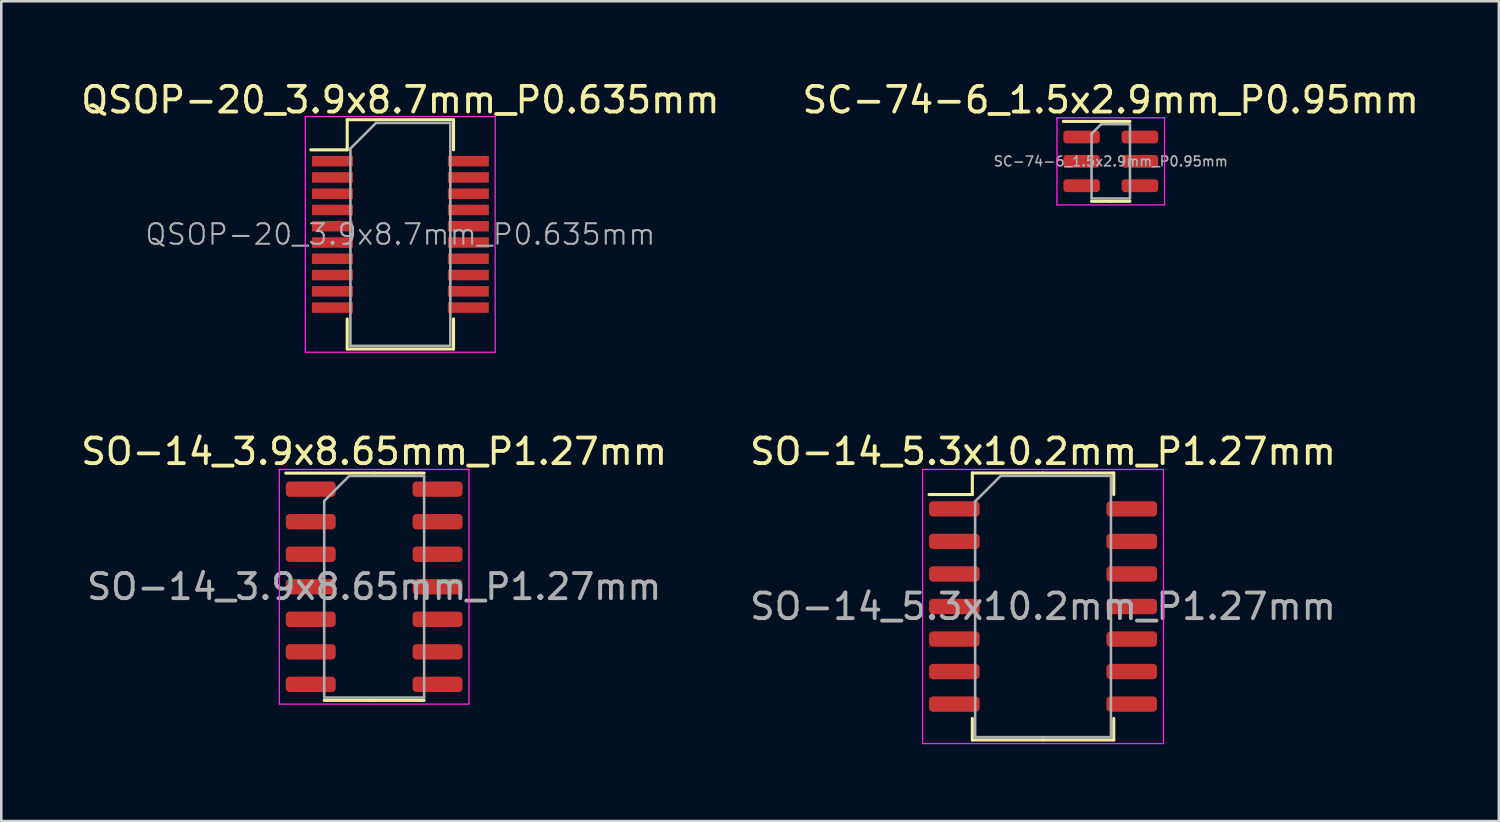
<source format=kicad_pcb>
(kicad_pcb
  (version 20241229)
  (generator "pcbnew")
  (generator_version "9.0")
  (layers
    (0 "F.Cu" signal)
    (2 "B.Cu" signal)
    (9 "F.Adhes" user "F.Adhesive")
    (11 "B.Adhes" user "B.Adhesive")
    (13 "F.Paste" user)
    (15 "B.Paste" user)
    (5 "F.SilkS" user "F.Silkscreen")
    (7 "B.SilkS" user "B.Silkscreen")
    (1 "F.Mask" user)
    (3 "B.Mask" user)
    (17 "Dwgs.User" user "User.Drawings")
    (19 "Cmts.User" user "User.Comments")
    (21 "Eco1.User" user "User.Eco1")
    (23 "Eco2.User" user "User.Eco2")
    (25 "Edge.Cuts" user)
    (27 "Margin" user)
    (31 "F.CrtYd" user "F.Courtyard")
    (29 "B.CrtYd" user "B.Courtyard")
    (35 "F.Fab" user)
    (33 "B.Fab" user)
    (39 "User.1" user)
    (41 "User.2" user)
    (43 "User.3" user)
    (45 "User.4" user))
  (footprint "QSOP-20_3.9x8.7mm_P0.635mm"
    (layer "F.Cu")
    (at 12.577 6.098)
    (property "Reference" "QSOP-20_3.9x8.7mm_P0.635mm" (at 0 -5.25 0) (layer "F.SilkS") (effects (font (size 1 1) (thickness 0.15))))
    (attr smd)
    (fp_line (start -3.5 -3.3) (end -2.075 -3.3) (stroke (width 0.12) (type solid)) (layer "F.SilkS"))
    (fp_line (start -2.075 -4.475) (end 2.075 -4.475) (stroke (width 0.12) (type solid)) (layer "F.SilkS"))
    (fp_line (start -2.075 -3.3) (end -2.075 -4.475) (stroke (width 0.12) (type solid)) (layer "F.SilkS"))
    (fp_line (start -2.075 3.3) (end -2.075 4.475) (stroke (width 0.12) (type solid)) (layer "F.SilkS"))
    (fp_line (start -2.075 4.475) (end 2.075 4.475) (stroke (width 0.12) (type solid)) (layer "F.SilkS"))
    (fp_line (start 2.075 -3.3) (end 2.075 -4.475) (stroke (width 0.12) (type solid)) (layer "F.SilkS"))
    (fp_line (start 2.075 3.3) (end 2.075 4.475) (stroke (width 0.12) (type solid)) (layer "F.SilkS"))
    (fp_line (start -3.71 -4.6) (end -3.71 4.6) (stroke (width 0.05) (type solid)) (layer "F.CrtYd"))
    (fp_line (start -3.71 -4.6) (end 3.7 -4.6) (stroke (width 0.05) (type solid)) (layer "F.CrtYd"))
    (fp_line (start -3.71 4.6) (end 3.7 4.6) (stroke (width 0.05) (type solid)) (layer "F.CrtYd"))
    (fp_line (start 3.7 -4.6) (end 3.7 4.6) (stroke (width 0.05) (type solid)) (layer "F.CrtYd"))
    (fp_line (start -1.95 -3.35) (end -0.95 -4.35) (stroke (width 0.1) (type solid)) (layer "F.Fab"))
    (fp_line (start -1.95 4.35) (end -1.95 -3.35) (stroke (width 0.1) (type solid)) (layer "F.Fab"))
    (fp_line (start -0.95 -4.35) (end 1.95 -4.35) (stroke (width 0.1) (type solid)) (layer "F.Fab"))
    (fp_line (start 1.95 -4.35) (end 1.95 4.35) (stroke (width 0.1) (type solid)) (layer "F.Fab"))
    (fp_line (start 1.95 4.35) (end -1.95 4.35) (stroke (width 0.1) (type solid)) (layer "F.Fab"))
    (fp_text user "${REFERENCE}" (at 0 0 0) (layer "F.Fab") (effects (font (size 0.8 0.8) (thickness 0.08))))
    (pad "1" smd rect (at -2.654 -2.857) (size 1.6 0.41) (layers "F.Cu" "F.Mask" "F.Paste"))
    (pad "2" smd rect (at -2.654 -2.223) (size 1.6 0.41) (layers "F.Cu" "F.Mask" "F.Paste"))
    (pad "3" smd rect (at -2.654 -1.587) (size 1.6 0.41) (layers "F.Cu" "F.Mask" "F.Paste"))
    (pad "4" smd rect (at -2.654 -0.953) (size 1.6 0.41) (layers "F.Cu" "F.Mask" "F.Paste"))
    (pad "5" smd rect (at -2.654 -0.318) (size 1.6 0.41) (layers "F.Cu" "F.Mask" "F.Paste"))
    (pad "6" smd rect (at -2.654 0.318) (size 1.6 0.41) (layers "F.Cu" "F.Mask" "F.Paste"))
    (pad "7" smd rect (at -2.654 0.953) (size 1.6 0.41) (layers "F.Cu" "F.Mask" "F.Paste"))
    (pad "8" smd rect (at -2.654 1.587) (size 1.6 0.41) (layers "F.Cu" "F.Mask" "F.Paste"))
    (pad "9" smd rect (at -2.654 2.223) (size 1.6 0.41) (layers "F.Cu" "F.Mask" "F.Paste"))
    (pad "10" smd rect (at -2.654 2.857) (size 1.6 0.41) (layers "F.Cu" "F.Mask" "F.Paste"))
    (pad "11" smd rect (at 2.654 2.857) (size 1.6 0.41) (layers "F.Cu" "F.Mask" "F.Paste"))
    (pad "12" smd rect (at 2.654 2.223) (size 1.6 0.41) (layers "F.Cu" "F.Mask" "F.Paste"))
    (pad "13" smd rect (at 2.654 1.587) (size 1.6 0.41) (layers "F.Cu" "F.Mask" "F.Paste"))
    (pad "14" smd rect (at 2.654 0.953) (size 1.6 0.41) (layers "F.Cu" "F.Mask" "F.Paste"))
    (pad "15" smd rect (at 2.654 0.318) (size 1.6 0.41) (layers "F.Cu" "F.Mask" "F.Paste"))
    (pad "16" smd rect (at 2.654 -0.318) (size 1.6 0.41) (layers "F.Cu" "F.Mask" "F.Paste"))
    (pad "17" smd rect (at 2.654 -0.953) (size 1.6 0.41) (layers "F.Cu" "F.Mask" "F.Paste"))
    (pad "18" smd rect (at 2.654 -1.587) (size 1.6 0.41) (layers "F.Cu" "F.Mask" "F.Paste"))
    (pad "19" smd rect (at 2.654 -2.223) (size 1.6 0.41) (layers "F.Cu" "F.Mask" "F.Paste"))
    (pad "20" smd rect (at 2.654 -2.857) (size 1.6 0.41) (layers "F.Cu" "F.Mask" "F.Paste")))
  (footprint "SO-14_5.3x10.2mm_P1.27mm"
    (layer "F.Cu")
    (at 37.661 20.622)
    (property "Reference" "SO-14_5.3x10.2mm_P1.27mm" (at 0 -6.05 0) (layer "F.SilkS") (effects (font (size 1 1) (thickness 0.15))))
    (attr smd)
    (fp_line (start -2.76 -5.21) (end -2.76 -4.37) (stroke (width 0.12) (type solid)) (layer "F.SilkS"))
    (fp_line (start -2.76 -4.37) (end -4.45 -4.37) (stroke (width 0.12) (type solid)) (layer "F.SilkS"))
    (fp_line (start -2.76 5.21) (end -2.76 4.37) (stroke (width 0.12) (type solid)) (layer "F.SilkS"))
    (fp_line (start 0 -5.21) (end -2.76 -5.21) (stroke (width 0.12) (type solid)) (layer "F.SilkS"))
    (fp_line (start 0 -5.21) (end 2.76 -5.21) (stroke (width 0.12) (type solid)) (layer "F.SilkS"))
    (fp_line (start 0 5.21) (end -2.76 5.21) (stroke (width 0.12) (type solid)) (layer "F.SilkS"))
    (fp_line (start 0 5.21) (end 2.76 5.21) (stroke (width 0.12) (type solid)) (layer "F.SilkS"))
    (fp_line (start 2.76 -5.21) (end 2.76 -4.37) (stroke (width 0.12) (type solid)) (layer "F.SilkS"))
    (fp_line (start 2.76 5.21) (end 2.76 4.37) (stroke (width 0.12) (type solid)) (layer "F.SilkS"))
    (fp_line (start -4.7 -5.35) (end -4.7 5.35) (stroke (width 0.05) (type solid)) (layer "F.CrtYd"))
    (fp_line (start -4.7 5.35) (end 4.7 5.35) (stroke (width 0.05) (type solid)) (layer "F.CrtYd"))
    (fp_line (start 4.7 -5.35) (end -4.7 -5.35) (stroke (width 0.05) (type solid)) (layer "F.CrtYd"))
    (fp_line (start 4.7 5.35) (end 4.7 -5.35) (stroke (width 0.05) (type solid)) (layer "F.CrtYd"))
    (fp_line (start -2.65 -4.1) (end -1.65 -5.1) (stroke (width 0.1) (type solid)) (layer "F.Fab"))
    (fp_line (start -2.65 5.1) (end -2.65 -4.1) (stroke (width 0.1) (type solid)) (layer "F.Fab"))
    (fp_line (start -1.65 -5.1) (end 2.65 -5.1) (stroke (width 0.1) (type solid)) (layer "F.Fab"))
    (fp_line (start 2.65 -5.1) (end 2.65 5.1) (stroke (width 0.1) (type solid)) (layer "F.Fab"))
    (fp_line (start 2.65 5.1) (end -2.65 5.1) (stroke (width 0.1) (type solid)) (layer "F.Fab"))
    (fp_text user "${REFERENCE}" (at 0 0 0) (layer "F.Fab") (effects (font (size 1 1) (thickness 0.15))))
    (pad "1" smd roundrect (at -3.462 -3.81) (size 1.975 0.6) (layers "F.Cu" "F.Mask" "F.Paste") (roundrect_rratio 0.25))
    (pad "2" smd roundrect (at -3.462 -2.54) (size 1.975 0.6) (layers "F.Cu" "F.Mask" "F.Paste") (roundrect_rratio 0.25))
    (pad "3" smd roundrect (at -3.462 -1.27) (size 1.975 0.6) (layers "F.Cu" "F.Mask" "F.Paste") (roundrect_rratio 0.25))
    (pad "4" smd roundrect (at -3.462 0) (size 1.975 0.6) (layers "F.Cu" "F.Mask" "F.Paste") (roundrect_rratio 0.25))
    (pad "5" smd roundrect (at -3.462 1.27) (size 1.975 0.6) (layers "F.Cu" "F.Mask" "F.Paste") (roundrect_rratio 0.25))
    (pad "6" smd roundrect (at -3.462 2.54) (size 1.975 0.6) (layers "F.Cu" "F.Mask" "F.Paste") (roundrect_rratio 0.25))
    (pad "7" smd roundrect (at -3.462 3.81) (size 1.975 0.6) (layers "F.Cu" "F.Mask" "F.Paste") (roundrect_rratio 0.25))
    (pad "8" smd roundrect (at 3.462 3.81) (size 1.975 0.6) (layers "F.Cu" "F.Mask" "F.Paste") (roundrect_rratio 0.25))
    (pad "9" smd roundrect (at 3.462 2.54) (size 1.975 0.6) (layers "F.Cu" "F.Mask" "F.Paste") (roundrect_rratio 0.25))
    (pad "10" smd roundrect (at 3.462 1.27) (size 1.975 0.6) (layers "F.Cu" "F.Mask" "F.Paste") (roundrect_rratio 0.25))
    (pad "11" smd roundrect (at 3.462 0) (size 1.975 0.6) (layers "F.Cu" "F.Mask" "F.Paste") (roundrect_rratio 0.25))
    (pad "12" smd roundrect (at 3.462 -1.27) (size 1.975 0.6) (layers "F.Cu" "F.Mask" "F.Paste") (roundrect_rratio 0.25))
    (pad "13" smd roundrect (at 3.462 -2.54) (size 1.975 0.6) (layers "F.Cu" "F.Mask" "F.Paste") (roundrect_rratio 0.25))
    (pad "14" smd roundrect (at 3.462 -3.81) (size 1.975 0.6) (layers "F.Cu" "F.Mask" "F.Paste") (roundrect_rratio 0.25)))
  (footprint "SC-74-6_1.5x2.9mm_P0.95mm"
    (layer "F.Cu")
    (at 40.304 3.248)
    (property "Reference" "SC-74-6_1.5x2.9mm_P0.95mm" (at 0 -2.4 0) (layer "F.SilkS") (effects (font (size 1 1) (thickness 0.15))))
    (attr smd)
    (fp_line (start 0 -1.56) (end -1.85 -1.56) (stroke (width 0.12) (type solid)) (layer "F.SilkS"))
    (fp_line (start 0 -1.56) (end 0.75 -1.56) (stroke (width 0.12) (type solid)) (layer "F.SilkS"))
    (fp_line (start 0 1.56) (end -0.75 1.56) (stroke (width 0.12) (type solid)) (layer "F.SilkS"))
    (fp_line (start 0 1.56) (end 0.75 1.56) (stroke (width 0.12) (type solid)) (layer "F.SilkS"))
    (fp_line (start -2.1 -1.7) (end -2.1 1.7) (stroke (width 0.05) (type solid)) (layer "F.CrtYd"))
    (fp_line (start -2.1 1.7) (end 2.1 1.7) (stroke (width 0.05) (type solid)) (layer "F.CrtYd"))
    (fp_line (start 2.1 -1.7) (end -2.1 -1.7) (stroke (width 0.05) (type solid)) (layer "F.CrtYd"))
    (fp_line (start 2.1 1.7) (end 2.1 -1.7) (stroke (width 0.05) (type solid)) (layer "F.CrtYd"))
    (fp_line (start -0.75 -1.075) (end -0.375 -1.45) (stroke (width 0.1) (type solid)) (layer "F.Fab"))
    (fp_line (start -0.75 1.45) (end -0.75 -1.075) (stroke (width 0.1) (type solid)) (layer "F.Fab"))
    (fp_line (start -0.375 -1.45) (end 0.75 -1.45) (stroke (width 0.1) (type solid)) (layer "F.Fab"))
    (fp_line (start 0.75 -1.45) (end 0.75 1.45) (stroke (width 0.1) (type solid)) (layer "F.Fab"))
    (fp_line (start 0.75 1.45) (end -0.75 1.45) (stroke (width 0.1) (type solid)) (layer "F.Fab"))
    (fp_text user "${REFERENCE}" (at 0 0 0) (layer "F.Fab") (effects (font (size 0.38 0.38) (thickness 0.06))))
    (pad "1" smd roundrect (at -1.137 -0.95) (size 1.425 0.5) (layers "F.Cu" "F.Mask" "F.Paste") (roundrect_rratio 0.25))
    (pad "2" smd roundrect (at -1.137 0) (size 1.425 0.5) (layers "F.Cu" "F.Mask" "F.Paste") (roundrect_rratio 0.25))
    (pad "3" smd roundrect (at -1.137 0.95) (size 1.425 0.5) (layers "F.Cu" "F.Mask" "F.Paste") (roundrect_rratio 0.25))
    (pad "4" smd roundrect (at 1.137 0.95) (size 1.425 0.5) (layers "F.Cu" "F.Mask" "F.Paste") (roundrect_rratio 0.25))
    (pad "5" smd roundrect (at 1.137 0) (size 1.425 0.5) (layers "F.Cu" "F.Mask" "F.Paste") (roundrect_rratio 0.25))
    (pad "6" smd roundrect (at 1.137 -0.95) (size 1.425 0.5) (layers "F.Cu" "F.Mask" "F.Paste") (roundrect_rratio 0.25)))
  (footprint "SO-14_3.9x8.65mm_P1.27mm"
    (layer "F.Cu")
    (at 11.554 19.852)
    (property "Reference" "SO-14_3.9x8.65mm_P1.27mm" (at 0 -5.28 0) (layer "F.SilkS") (effects (font (size 1 1) (thickness 0.15))))
    (attr smd)
    (fp_line (start 0 -4.435) (end -3.45 -4.435) (stroke (width 0.12) (type solid)) (layer "F.SilkS"))
    (fp_line (start 0 -4.435) (end 1.95 -4.435) (stroke (width 0.12) (type solid)) (layer "F.SilkS"))
    (fp_line (start 0 4.435) (end -1.95 4.435) (stroke (width 0.12) (type solid)) (layer "F.SilkS"))
    (fp_line (start 0 4.435) (end 1.95 4.435) (stroke (width 0.12) (type solid)) (layer "F.SilkS"))
    (fp_line (start -3.7 -4.58) (end -3.7 4.58) (stroke (width 0.05) (type solid)) (layer "F.CrtYd"))
    (fp_line (start -3.7 4.58) (end 3.7 4.58) (stroke (width 0.05) (type solid)) (layer "F.CrtYd"))
    (fp_line (start 3.7 -4.58) (end -3.7 -4.58) (stroke (width 0.05) (type solid)) (layer "F.CrtYd"))
    (fp_line (start 3.7 4.58) (end 3.7 -4.58) (stroke (width 0.05) (type solid)) (layer "F.CrtYd"))
    (fp_line (start -1.95 -3.35) (end -0.975 -4.325) (stroke (width 0.1) (type solid)) (layer "F.Fab"))
    (fp_line (start -1.95 4.325) (end -1.95 -3.35) (stroke (width 0.1) (type solid)) (layer "F.Fab"))
    (fp_line (start -0.975 -4.325) (end 1.95 -4.325) (stroke (width 0.1) (type solid)) (layer "F.Fab"))
    (fp_line (start 1.95 -4.325) (end 1.95 4.325) (stroke (width 0.1) (type solid)) (layer "F.Fab"))
    (fp_line (start 1.95 4.325) (end -1.95 4.325) (stroke (width 0.1) (type solid)) (layer "F.Fab"))
    (fp_text user "${REFERENCE}" (at 0 0 0) (layer "F.Fab") (effects (font (size 0.98 0.98) (thickness 0.15))))
    (pad "1" smd roundrect (at -2.475 -3.81) (size 1.95 0.6) (layers "F.Cu" "F.Mask" "F.Paste") (roundrect_rratio 0.25))
    (pad "2" smd roundrect (at -2.475 -2.54) (size 1.95 0.6) (layers "F.Cu" "F.Mask" "F.Paste") (roundrect_rratio 0.25))
    (pad "3" smd roundrect (at -2.475 -1.27) (size 1.95 0.6) (layers "F.Cu" "F.Mask" "F.Paste") (roundrect_rratio 0.25))
    (pad "4" smd roundrect (at -2.475 0) (size 1.95 0.6) (layers "F.Cu" "F.Mask" "F.Paste") (roundrect_rratio 0.25))
    (pad "5" smd roundrect (at -2.475 1.27) (size 1.95 0.6) (layers "F.Cu" "F.Mask" "F.Paste") (roundrect_rratio 0.25))
    (pad "6" smd roundrect (at -2.475 2.54) (size 1.95 0.6) (layers "F.Cu" "F.Mask" "F.Paste") (roundrect_rratio 0.25))
    (pad "7" smd roundrect (at -2.475 3.81) (size 1.95 0.6) (layers "F.Cu" "F.Mask" "F.Paste") (roundrect_rratio 0.25))
    (pad "8" smd roundrect (at 2.475 3.81) (size 1.95 0.6) (layers "F.Cu" "F.Mask" "F.Paste") (roundrect_rratio 0.25))
    (pad "9" smd roundrect (at 2.475 2.54) (size 1.95 0.6) (layers "F.Cu" "F.Mask" "F.Paste") (roundrect_rratio 0.25))
    (pad "10" smd roundrect (at 2.475 1.27) (size 1.95 0.6) (layers "F.Cu" "F.Mask" "F.Paste") (roundrect_rratio 0.25))
    (pad "11" smd roundrect (at 2.475 0) (size 1.95 0.6) (layers "F.Cu" "F.Mask" "F.Paste") (roundrect_rratio 0.25))
    (pad "12" smd roundrect (at 2.475 -1.27) (size 1.95 0.6) (layers "F.Cu" "F.Mask" "F.Paste") (roundrect_rratio 0.25))
    (pad "13" smd roundrect (at 2.475 -2.54) (size 1.95 0.6) (layers "F.Cu" "F.Mask" "F.Paste") (roundrect_rratio 0.25))
    (pad "14" smd roundrect (at 2.475 -3.81) (size 1.95 0.6) (layers "F.Cu" "F.Mask" "F.Paste") (roundrect_rratio 0.25)))
  (gr_rect
    (start -3 -3)
    (end 55.452 28.997)
    (stroke (width 0.1) (type default))
    (fill no)
    (layer "Edge.Cuts")))
</source>
